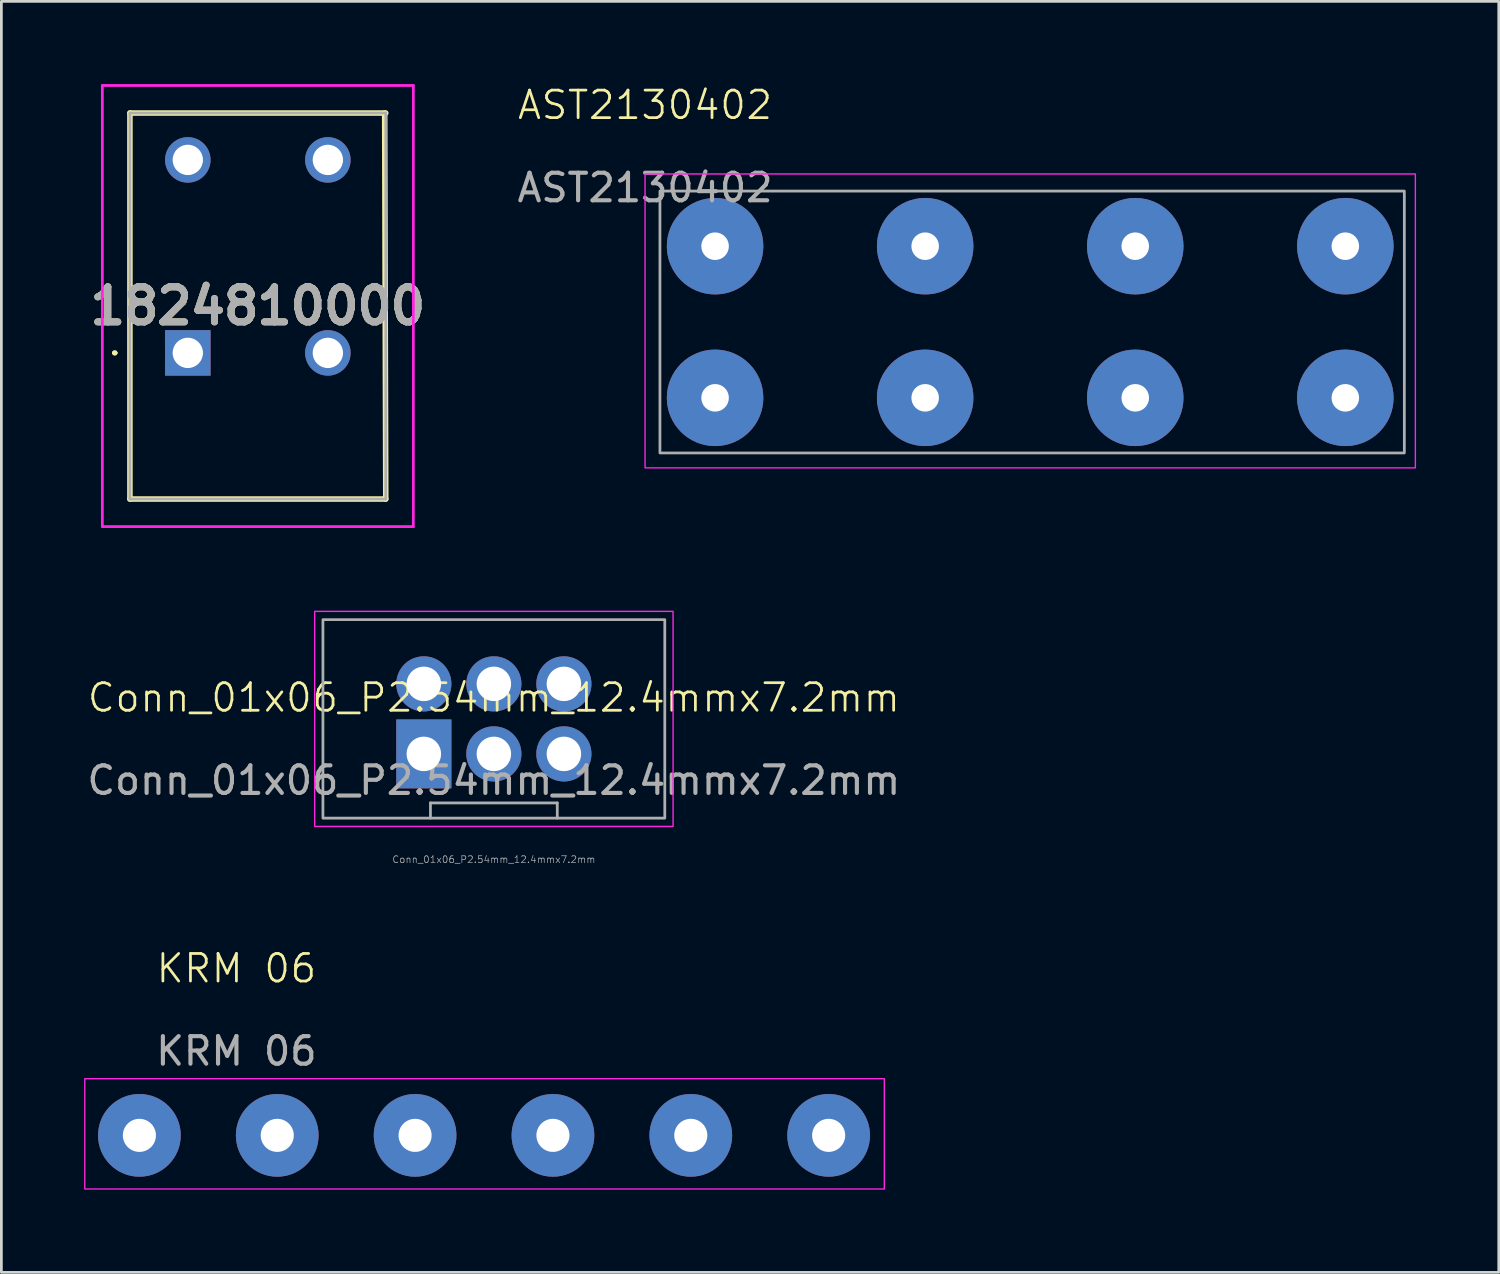
<source format=kicad_pcb>
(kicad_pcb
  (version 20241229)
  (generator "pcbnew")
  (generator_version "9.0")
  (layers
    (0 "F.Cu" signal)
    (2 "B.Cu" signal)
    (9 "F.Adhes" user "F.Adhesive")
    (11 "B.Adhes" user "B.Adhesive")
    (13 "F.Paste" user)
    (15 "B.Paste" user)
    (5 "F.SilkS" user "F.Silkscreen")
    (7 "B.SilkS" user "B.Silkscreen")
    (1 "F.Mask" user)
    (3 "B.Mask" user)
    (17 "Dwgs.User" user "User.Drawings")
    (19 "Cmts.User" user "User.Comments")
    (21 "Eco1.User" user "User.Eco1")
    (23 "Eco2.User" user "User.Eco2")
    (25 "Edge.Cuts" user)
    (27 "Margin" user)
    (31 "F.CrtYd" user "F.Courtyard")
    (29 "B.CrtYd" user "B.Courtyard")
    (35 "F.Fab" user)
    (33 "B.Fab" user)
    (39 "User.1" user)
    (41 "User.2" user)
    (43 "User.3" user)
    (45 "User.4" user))
  (footprint "AST2130402"
    (layer "F.Cu")
    (at 22.887 11.38)
    (property "Reference" "AST2130402" (at -2.54 -10.62 0) (unlocked yes) (layer "F.SilkS") (effects (font (size 1 1) (thickness 0.1))))
    (attr smd)
    (fp_rect (start -2.54 -8.12) (end 25.4 2.54) (stroke (width 0.05) (type default)) (fill no) (layer "F.CrtYd"))
    (fp_rect (start -2 -7.5) (end 25 2) (stroke (width 0.1) (type default)) (fill no) (layer "F.Fab"))
    (fp_text user "${REFERENCE}" (at -2.54 -7.62 0) (unlocked yes) (layer "F.Fab") (effects (font (size 1 1) (thickness 0.15))))
    (pad "1" thru_hole circle (at 0 -5.5) (size 3.5 3.5) (drill 1) (layers "*.Cu" "*.Mask"))
    (pad "1" thru_hole circle (at 0 0) (size 3.5 3.5) (drill 1) (layers "*.Cu" "*.Mask"))
    (pad "2" thru_hole circle (at 7.62 -5.5) (size 3.5 3.5) (drill 1) (layers "*.Cu" "*.Mask"))
    (pad "2" thru_hole circle (at 7.62 0) (size 3.5 3.5) (drill 1) (layers "*.Cu" "*.Mask"))
    (pad "3" thru_hole circle (at 15.24 -5.5) (size 3.5 3.5) (drill 1) (layers "*.Cu" "*.Mask"))
    (pad "3" thru_hole circle (at 15.24 0) (size 3.5 3.5) (drill 1) (layers "*.Cu" "*.Mask"))
    (pad "4" thru_hole circle (at 22.86 -5.5) (size 3.5 3.5) (drill 1) (layers "*.Cu" "*.Mask"))
    (pad "4" thru_hole circle (at 22.86 0) (size 3.5 3.5) (drill 1) (layers "*.Cu" "*.Mask")))
  (footprint "KRM 06"
    (layer "F.Cu")
    (at 14.525 38.076)
    (property "Reference" "KRM 06" (at -9 -6 0) (unlocked yes) (layer "F.SilkS") (effects (font (size 1 1) (thickness 0.1))))
    (attr smd)
    (fp_rect (start -14.5 -2) (end 14.5 2) (stroke (width 0.05) (type default)) (fill no) (layer "F.CrtYd"))
    (fp_text user "${REFERENCE}" (at -9 -3 0) (unlocked yes) (layer "F.Fab") (effects (font (size 1 1) (thickness 0.15))))
    (pad "1" thru_hole circle (at -12.519 0.055) (size 3 3) (drill 1.2) (layers "*.Cu" "*.Mask"))
    (pad "2" thru_hole circle (at -7.519 0.055) (size 3 3) (drill 1.2) (layers "*.Cu" "*.Mask"))
    (pad "3" thru_hole circle (at -2.519 0.055) (size 3 3) (drill 1.2) (layers "*.Cu" "*.Mask"))
    (pad "4" thru_hole circle (at 2.481 0.055) (size 3 3) (drill 1.2) (layers "*.Cu" "*.Mask"))
    (pad "5" thru_hole circle (at 7.481 0.055) (size 3 3) (drill 1.2) (layers "*.Cu" "*.Mask"))
    (pad "6" thru_hole circle (at 12.481 0.055) (size 3 3) (drill 1.2) (layers "*.Cu" "*.Mask")))
  (footprint "1824810000"
    (layer "F.Cu")
    (at 3.762 9.75)
    (property "Reference" "1824810000" (at 2.54 -1.7 0) (layer "F.SilkS") (effects (font (size 1.27 1.27) (thickness 0.254))))
    (attr through_hole)
    (fp_line (start -2.7 0) (end -2.7 0) (stroke (width 0.1) (type solid)) (layer "F.SilkS"))
    (fp_line (start -2.6 0) (end -2.6 0) (stroke (width 0.1) (type solid)) (layer "F.SilkS"))
    (fp_line (start -2.1 -8.7) (end -2.1 5.3) (stroke (width 0.2) (type solid)) (layer "F.SilkS"))
    (fp_line (start -2.1 5.3) (end 7.18 5.3) (stroke (width 0.2) (type solid)) (layer "F.SilkS"))
    (fp_line (start 7.18 -8.7) (end -2.1 -8.7) (stroke (width 0.2) (type solid)) (layer "F.SilkS"))
    (fp_line (start 7.18 5.3) (end 7.14 -8.7) (stroke (width 0.2) (type solid)) (layer "F.SilkS"))
    (fp_arc (start -2.7 0) (mid -2.65 -0.05) (end -2.6 0) (stroke (width 0.1) (type solid)) (layer "F.SilkS"))
    (fp_arc (start -2.6 0) (mid -2.65 0.05) (end -2.7 0) (stroke (width 0.1) (type solid)) (layer "F.SilkS"))
    (fp_line (start -3.1 -9.7) (end 8.18 -9.7) (stroke (width 0.1) (type solid)) (layer "F.CrtYd"))
    (fp_line (start -3.1 6.3) (end -3.1 -9.7) (stroke (width 0.1) (type solid)) (layer "F.CrtYd"))
    (fp_line (start 8.18 -9.7) (end 8.18 6.3) (stroke (width 0.1) (type solid)) (layer "F.CrtYd"))
    (fp_line (start 8.18 6.3) (end -3.1 6.3) (stroke (width 0.1) (type solid)) (layer "F.CrtYd"))
    (fp_line (start -2.1 -8.7) (end -2.1 5.3) (stroke (width 0.1) (type solid)) (layer "F.Fab"))
    (fp_line (start -2.1 5.3) (end 7.18 5.3) (stroke (width 0.1) (type solid)) (layer "F.Fab"))
    (fp_line (start 7.18 -8.7) (end -2.1 -8.7) (stroke (width 0.1) (type solid)) (layer "F.Fab"))
    (fp_line (start 7.18 5.3) (end 7.18 -8.7) (stroke (width 0.1) (type solid)) (layer "F.Fab"))
    (fp_text user "${REFERENCE}" (at 2.54 -1.7 0) (layer "F.Fab") (effects (font (size 1.27 1.27) (thickness 0.254))))
    (pad "" thru_hole rect (at 0 0) (size 1.65 1.65) (drill 1.1) (layers "*.Cu" "*.Mask"))
    (pad "" thru_hole circle (at 5.08 0) (size 1.65 1.65) (drill 1.1) (layers "*.Cu" "*.Mask"))
    (pad "1" thru_hole circle (at 0 -7) (size 1.65 1.65) (drill 1.1) (layers "*.Cu" "*.Mask"))
    (pad "2" thru_hole circle (at 5.08 -7) (size 1.65 1.65) (drill 1.1) (layers "*.Cu" "*.Mask")))
  (footprint "Conn_01x06_P2.54mm_12.4mmx7.2mm"
    (layer "F.Cu")
    (at 14.863 23.005)
    (property "Reference" "Conn_01x06_P2.54mm_12.4mmx7.2mm" (at 0 -0.75 0) (unlocked yes) (layer "F.SilkS") (effects (font (size 1 1) (thickness 0.1))))
    (attr through_hole)
    (fp_rect (start -6.5 -3.88) (end 6.5 3.92) (stroke (width 0.05) (type default)) (fill no) (layer "F.CrtYd"))
    (fp_line (start -2.3 3.068) (end -2.3 3.62) (stroke (width 0.1) (type default)) (layer "F.Fab"))
    (fp_line (start -2.3 3.068) (end 2.3 3.068) (stroke (width 0.1) (type default)) (layer "F.Fab"))
    (fp_line (start 2.3 3.068) (end 2.3 3.62) (stroke (width 0.1) (type default)) (layer "F.Fab"))
    (fp_rect (start -6.2 -3.58) (end 6.2 3.62) (stroke (width 0.1) (type default)) (fill no) (layer "F.Fab"))
    (fp_text user "${REFERENCE}" (at 0 2.25 0) (unlocked yes) (layer "F.Fab") (effects (font (size 1 1) (thickness 0.15))))
    (fp_text user "${REFERENCE}" (at 0 5.12 0) (unlocked yes) (layer "F.Fab") (effects (font (size 0.25 0.25) (thickness 0.025))))
    (pad "1" thru_hole rect (at -2.54 1.29) (size 2 2.5) (drill 1.25) (layers "*.Cu" "*.Mask"))
    (pad "2" thru_hole circle (at -2.54 -1.25) (size 2 2) (drill 1.25) (layers "*.Cu" "*.Mask"))
    (pad "3" thru_hole circle (at 0 1.29) (size 2 2) (drill 1.25) (layers "*.Cu" "*.Mask"))
    (pad "4" thru_hole circle (at 0 -1.25) (size 2 2) (drill 1.25) (layers "*.Cu" "*.Mask"))
    (pad "5" thru_hole circle (at 2.54 1.29) (size 2 2) (drill 1.25) (layers "*.Cu" "*.Mask"))
    (pad "6" thru_hole circle (at 2.54 -1.25) (size 2 2) (drill 1.25) (layers "*.Cu" "*.Mask")))
  (gr_rect
    (start -3 -3)
    (end 51.312 43.101)
    (stroke (width 0.1) (type default))
    (fill no)
    (layer "Edge.Cuts")))
</source>
